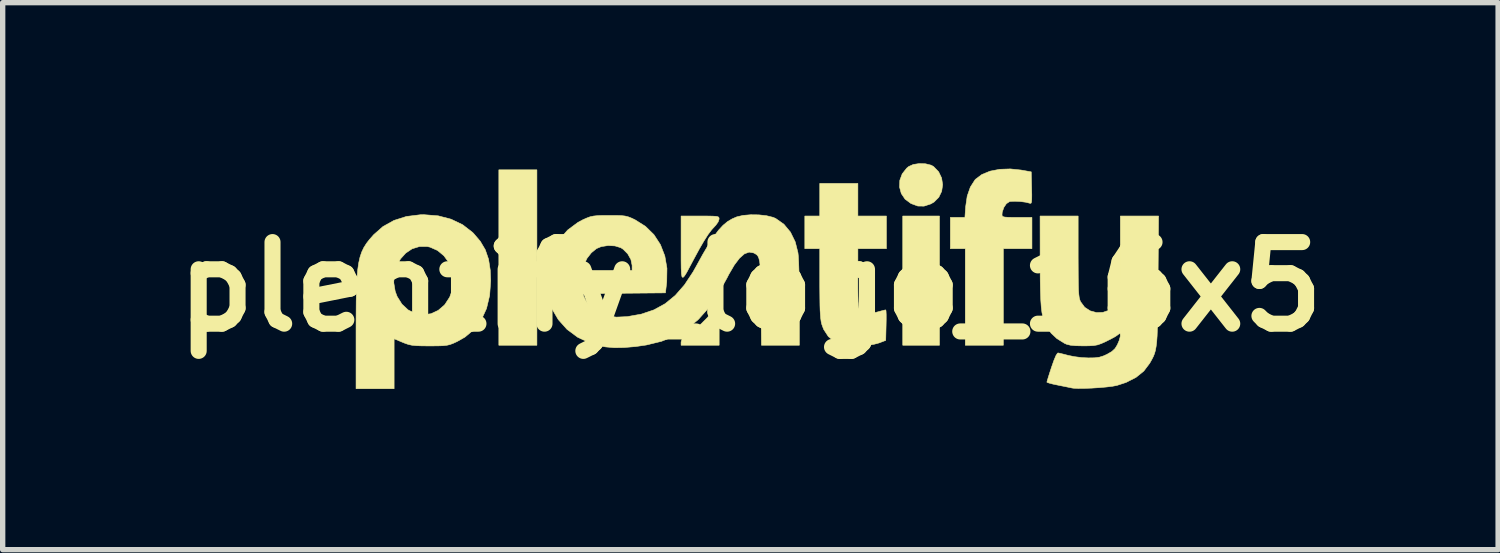
<source format=kicad_pcb>
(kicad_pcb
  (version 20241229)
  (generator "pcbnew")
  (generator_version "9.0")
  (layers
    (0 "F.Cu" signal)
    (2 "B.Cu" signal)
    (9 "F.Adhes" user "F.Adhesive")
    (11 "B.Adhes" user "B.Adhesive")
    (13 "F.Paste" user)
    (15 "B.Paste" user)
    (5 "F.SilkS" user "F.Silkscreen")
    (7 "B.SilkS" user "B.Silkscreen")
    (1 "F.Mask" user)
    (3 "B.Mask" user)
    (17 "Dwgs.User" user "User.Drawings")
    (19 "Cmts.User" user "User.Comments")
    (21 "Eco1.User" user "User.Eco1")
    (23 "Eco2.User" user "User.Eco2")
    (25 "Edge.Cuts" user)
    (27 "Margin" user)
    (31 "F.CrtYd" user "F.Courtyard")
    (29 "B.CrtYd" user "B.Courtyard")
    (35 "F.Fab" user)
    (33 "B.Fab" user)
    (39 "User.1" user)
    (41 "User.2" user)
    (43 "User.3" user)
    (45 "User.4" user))
  (footprint "plentify_logo_16x5"
    (layer "F.Cu")
    (at 10.966 2.306)
    (property "Reference" "plentify_logo_16x5" (at 0 0 0) (layer "F.SilkS") (effects (font (size 1.524 1.524) (thickness 0.3))))
    (attr through_hole)
    (fp_poly (pts (xy -3.988 1.092) (xy -4.699 1.092) (xy -4.699 -2.184) (xy -3.988 -2.184) (xy -3.988 1.092)) (stroke (width 0.01) (type solid)) (fill yes) (layer "F.SilkS"))
    (fp_poly (pts (xy 3.531 1.092) (xy 2.845 1.092) (xy 2.845 -1.321) (xy 3.531 -1.321) (xy 3.531 1.092)) (stroke (width 0.01) (type solid)) (fill yes) (layer "F.SilkS"))
    (fp_poly (pts (xy -0.597 0.355) (xy -0.591 0.42) (xy -0.587 0.519) (xy -0.585 0.643) (xy -0.584 0.711) (xy -0.584 1.092) (xy -1.295 1.092) (xy -1.295 1.031) (xy -1.276 0.974) (xy -1.215 0.92) (xy -1.202 0.912) (xy -1.063 0.814) (xy -0.924 0.696) (xy -0.801 0.573) (xy -0.719 0.471) (xy -0.667 0.4) (xy -0.625 0.35) (xy -0.603 0.331) (xy -0.597 0.355)) (stroke (width 0.01) (type solid)) (fill yes) (layer "F.SilkS"))
    (fp_poly (pts (xy 3.271 -2.297) (xy 3.375 -2.271) (xy 3.421 -2.245) (xy 3.515 -2.148) (xy 3.571 -2.031) (xy 3.59 -1.906) (xy 3.572 -1.783) (xy 3.518 -1.671) (xy 3.429 -1.582) (xy 3.368 -1.547) (xy 3.242 -1.506) (xy 3.125 -1.508) (xy 3.001 -1.554) (xy 2.997 -1.556) (xy 2.889 -1.636) (xy 2.818 -1.741) (xy 2.785 -1.862) (xy 2.79 -1.988) (xy 2.835 -2.109) (xy 2.919 -2.215) (xy 2.955 -2.245) (xy 3.041 -2.284) (xy 3.153 -2.301) (xy 3.271 -2.297)) (stroke (width 0.01) (type solid)) (fill yes) (layer "F.SilkS"))
    (fp_poly (pts (xy -0.799 -1.321) (xy -0.702 -1.319) (xy -0.639 -1.315) (xy -0.604 -1.307) (xy -0.589 -1.294) (xy -0.585 -1.274) (xy -0.585 -1.264) (xy -0.603 -1.211) (xy -0.647 -1.149) (xy -0.665 -1.13) (xy -0.727 -1.062) (xy -0.794 -0.972) (xy -0.869 -0.854) (xy -0.957 -0.702) (xy -1.061 -0.51) (xy -1.062 -0.508) (xy -1.135 -0.371) (xy -1.19 -0.268) (xy -1.231 -0.202) (xy -1.26 -0.174) (xy -1.278 -0.186) (xy -1.288 -0.242) (xy -1.293 -0.341) (xy -1.295 -0.487) (xy -1.295 -0.681) (xy -1.295 -0.718) (xy -1.295 -1.321) (xy -0.94 -1.321) (xy -0.799 -1.321)) (stroke (width 0.01) (type solid)) (fill yes) (layer "F.SilkS"))
    (fp_poly (pts (xy 5.055 -2.18) (xy 5.245 -2.146) (xy 5.252 -1.845) (xy 5.255 -1.717) (xy 5.254 -1.633) (xy 5.25 -1.583) (xy 5.241 -1.561) (xy 5.226 -1.558) (xy 5.214 -1.561) (xy 5.142 -1.579) (xy 5.044 -1.592) (xy 4.942 -1.597) (xy 4.859 -1.594) (xy 4.839 -1.59) (xy 4.781 -1.552) (xy 4.733 -1.481) (xy 4.703 -1.394) (xy 4.699 -1.347) (xy 4.702 -1.324) (xy 4.717 -1.31) (xy 4.753 -1.301) (xy 4.818 -1.297) (xy 4.922 -1.295) (xy 4.978 -1.295) (xy 5.258 -1.295) (xy 5.258 -0.711) (xy 4.724 -0.711) (xy 4.724 1.092) (xy 4.013 1.092) (xy 4.013 -0.711) (xy 3.734 -0.711) (xy 3.734 -1.295) (xy 3.87 -1.295) (xy 4.006 -1.295) (xy 4.02 -1.495) (xy 4.049 -1.693) (xy 4.108 -1.862) (xy 4.193 -1.995) (xy 4.208 -2.011) (xy 4.323 -2.097) (xy 4.475 -2.159) (xy 4.655 -2.194) (xy 4.854 -2.201) (xy 5.055 -2.18)) (stroke (width 0.01) (type solid)) (fill yes) (layer "F.SilkS"))
    (fp_poly (pts (xy 2.007 -1.321) (xy 2.54 -1.321) (xy 2.54 -0.711) (xy 2.007 -0.711) (xy 2.007 -0.154) (xy 2.007 0.033) (xy 2.009 0.175) (xy 2.012 0.279) (xy 2.018 0.352) (xy 2.026 0.4) (xy 2.037 0.43) (xy 2.046 0.443) (xy 2.119 0.488) (xy 2.217 0.5) (xy 2.346 0.478) (xy 2.364 0.473) (xy 2.445 0.451) (xy 2.505 0.436) (xy 2.528 0.432) (xy 2.533 0.455) (xy 2.536 0.52) (xy 2.536 0.615) (xy 2.534 0.717) (xy 2.527 1.002) (xy 2.4 1.05) (xy 2.306 1.075) (xy 2.18 1.095) (xy 2.042 1.107) (xy 1.907 1.111) (xy 1.794 1.105) (xy 1.74 1.095) (xy 1.58 1.031) (xy 1.456 0.931) (xy 1.367 0.794) (xy 1.334 0.705) (xy 1.321 0.65) (xy 1.311 0.579) (xy 1.304 0.484) (xy 1.299 0.359) (xy 1.297 0.199) (xy 1.295 -0.005) (xy 1.295 -0.068) (xy 1.295 -0.711) (xy 1.016 -0.711) (xy 1.016 -1.321) (xy 1.295 -1.321) (xy 1.295 -1.93) (xy 2.007 -1.93) (xy 2.007 -1.321)) (stroke (width 0.01) (type solid)) (fill yes) (layer "F.SilkS"))
    (fp_poly (pts (xy -5.832 -1.325) (xy -5.591 -1.262) (xy -5.377 -1.16) (xy -5.193 -1.018) (xy -5.174 -1) (xy -5.046 -0.85) (xy -4.952 -0.691) (xy -4.891 -0.514) (xy -4.859 -0.308) (xy -4.851 -0.114) (xy -4.871 0.162) (xy -4.929 0.406) (xy -5.026 0.617) (xy -5.16 0.796) (xy -5.333 0.941) (xy -5.48 1.024) (xy -5.552 1.057) (xy -5.611 1.079) (xy -5.67 1.093) (xy -5.742 1.101) (xy -5.839 1.104) (xy -5.973 1.105) (xy -5.994 1.105) (xy -6.138 1.104) (xy -6.243 1.1) (xy -6.322 1.092) (xy -6.387 1.078) (xy -6.451 1.056) (xy -6.496 1.038) (xy -6.655 0.971) (xy -6.655 1.905) (xy -7.366 1.905) (xy -7.366 0.85) (xy -7.365 0.536) (xy -7.363 0.269) (xy -7.358 0.042) (xy -7.352 -0.079) (xy -6.662 -0.079) (xy -6.635 0.084) (xy -6.599 0.181) (xy -6.509 0.325) (xy -6.394 0.432) (xy -6.261 0.499) (xy -6.116 0.524) (xy -5.968 0.504) (xy -5.831 0.441) (xy -5.71 0.336) (xy -5.617 0.194) (xy -5.558 0.028) (xy -5.543 -0.138) (xy -5.569 -0.3) (xy -5.631 -0.449) (xy -5.724 -0.578) (xy -5.844 -0.678) (xy -5.984 -0.74) (xy -6.034 -0.751) (xy -6.183 -0.751) (xy -6.319 -0.709) (xy -6.438 -0.629) (xy -6.536 -0.52) (xy -6.609 -0.388) (xy -6.652 -0.238) (xy -6.662 -0.079) (xy -7.352 -0.079) (xy -7.349 -0.149) (xy -7.336 -0.308) (xy -7.317 -0.442) (xy -7.292 -0.554) (xy -7.26 -0.649) (xy -7.22 -0.733) (xy -7.171 -0.811) (xy -7.112 -0.887) (xy -7.042 -0.966) (xy -7.039 -0.97) (xy -6.863 -1.125) (xy -6.658 -1.239) (xy -6.425 -1.313) (xy -6.165 -1.345) (xy -6.096 -1.346) (xy -5.832 -1.325)) (stroke (width 0.01) (type solid)) (fill yes) (layer "F.SilkS"))
    (fp_poly (pts (xy 6.121 -0.565) (xy 6.122 -0.345) (xy 6.123 -0.17) (xy 6.125 -0.034) (xy 6.128 0.069) (xy 6.134 0.145) (xy 6.141 0.201) (xy 6.151 0.241) (xy 6.163 0.273) (xy 6.166 0.279) (xy 6.243 0.383) (xy 6.346 0.45) (xy 6.463 0.482) (xy 6.584 0.478) (xy 6.698 0.438) (xy 6.796 0.362) (xy 6.852 0.28) (xy 6.868 0.246) (xy 6.881 0.211) (xy 6.891 0.17) (xy 6.898 0.117) (xy 6.903 0.044) (xy 6.906 -0.054) (xy 6.908 -0.184) (xy 6.909 -0.352) (xy 6.909 -0.563) (xy 6.909 -0.577) (xy 6.909 -1.321) (xy 7.623 -1.321) (xy 7.613 -0.121) (xy 7.611 0.17) (xy 7.609 0.414) (xy 7.605 0.617) (xy 7.601 0.785) (xy 7.596 0.92) (xy 7.588 1.03) (xy 7.577 1.118) (xy 7.564 1.19) (xy 7.547 1.249) (xy 7.526 1.302) (xy 7.5 1.353) (xy 7.47 1.407) (xy 7.457 1.429) (xy 7.347 1.575) (xy 7.201 1.693) (xy 7.016 1.787) (xy 6.845 1.843) (xy 6.765 1.858) (xy 6.652 1.872) (xy 6.518 1.884) (xy 6.376 1.893) (xy 6.24 1.898) (xy 6.121 1.899) (xy 6.034 1.895) (xy 6.007 1.891) (xy 5.959 1.881) (xy 5.877 1.864) (xy 5.776 1.844) (xy 5.747 1.838) (xy 5.651 1.818) (xy 5.579 1.799) (xy 5.541 1.785) (xy 5.537 1.781) (xy 5.545 1.752) (xy 5.565 1.685) (xy 5.595 1.591) (xy 5.625 1.499) (xy 5.669 1.374) (xy 5.706 1.286) (xy 5.735 1.241) (xy 5.746 1.236) (xy 5.786 1.244) (xy 5.859 1.262) (xy 5.944 1.284) (xy 6.055 1.306) (xy 6.188 1.323) (xy 6.314 1.329) (xy 6.43 1.327) (xy 6.516 1.316) (xy 6.593 1.292) (xy 6.658 1.263) (xy 6.75 1.21) (xy 6.811 1.153) (xy 6.853 1.084) (xy 6.887 1.005) (xy 6.906 0.936) (xy 6.909 0.914) (xy 6.905 0.874) (xy 6.886 0.878) (xy 6.864 0.896) (xy 6.82 0.927) (xy 6.744 0.969) (xy 6.653 1.015) (xy 6.642 1.021) (xy 6.555 1.06) (xy 6.484 1.085) (xy 6.413 1.098) (xy 6.323 1.103) (xy 6.21 1.104) (xy 6.076 1.101) (xy 5.979 1.092) (xy 5.909 1.075) (xy 5.867 1.057) (xy 5.723 0.967) (xy 5.617 0.867) (xy 5.549 0.77) (xy 5.514 0.706) (xy 5.485 0.641) (xy 5.463 0.568) (xy 5.445 0.482) (xy 5.432 0.377) (xy 5.423 0.247) (xy 5.417 0.087) (xy 5.413 -0.11) (xy 5.411 -0.348) (xy 5.411 -0.489) (xy 5.41 -1.321) (xy 6.121 -1.321) (xy 6.121 -0.565)) (stroke (width 0.01) (type solid)) (fill yes) (layer "F.SilkS"))
    (fp_poly (pts (xy 0.157 -1.343) (xy 0.301 -1.327) (xy 0.422 -1.297) (xy 0.47 -1.277) (xy 0.625 -1.168) (xy 0.748 -1.02) (xy 0.837 -0.838) (xy 0.888 -0.635) (xy 0.895 -0.568) (xy 0.901 -0.457) (xy 0.906 -0.312) (xy 0.91 -0.141) (xy 0.913 0.05) (xy 0.914 0.252) (xy 0.914 0.311) (xy 0.914 1.092) (xy 0.206 1.092) (xy 0.198 0.298) (xy 0.196 0.065) (xy 0.193 -0.123) (xy 0.188 -0.271) (xy 0.182 -0.384) (xy 0.173 -0.468) (xy 0.159 -0.528) (xy 0.142 -0.569) (xy 0.119 -0.597) (xy 0.089 -0.617) (xy 0.058 -0.633) (xy -0.025 -0.647) (xy -0.112 -0.615) (xy -0.204 -0.534) (xy -0.301 -0.406) (xy -0.405 -0.228) (xy -0.437 -0.165) (xy -0.606 0.14) (xy -0.783 0.398) (xy -0.973 0.611) (xy -1.18 0.784) (xy -1.409 0.919) (xy -1.662 1.019) (xy -1.946 1.088) (xy -2.146 1.117) (xy -2.361 1.135) (xy -2.541 1.138) (xy -2.701 1.124) (xy -2.743 1.117) (xy -2.999 1.05) (xy -3.228 0.942) (xy -3.425 0.796) (xy -3.588 0.614) (xy -3.715 0.398) (xy -3.744 0.33) (xy -3.777 0.209) (xy -3.798 0.057) (xy -3.806 -0.11) (xy -3.799 -0.273) (xy -3.795 -0.305) (xy -3.131 -0.305) (xy -2.21 -0.305) (xy -2.21 -0.401) (xy -2.232 -0.508) (xy -2.291 -0.614) (xy -2.376 -0.7) (xy -2.42 -0.729) (xy -2.53 -0.763) (xy -2.659 -0.77) (xy -2.786 -0.75) (xy -2.874 -0.714) (xy -2.971 -0.635) (xy -3.053 -0.53) (xy -3.106 -0.417) (xy -3.114 -0.387) (xy -3.131 -0.305) (xy -3.795 -0.305) (xy -3.778 -0.416) (xy -3.774 -0.432) (xy -3.69 -0.672) (xy -3.569 -0.883) (xy -3.413 -1.06) (xy -3.225 -1.2) (xy -3.129 -1.252) (xy -3.054 -1.285) (xy -2.992 -1.308) (xy -2.928 -1.321) (xy -2.849 -1.329) (xy -2.742 -1.332) (xy -2.642 -1.332) (xy -2.508 -1.332) (xy -2.412 -1.329) (xy -2.341 -1.321) (xy -2.281 -1.306) (xy -2.22 -1.282) (xy -2.155 -1.251) (xy -1.961 -1.129) (xy -1.802 -0.973) (xy -1.681 -0.787) (xy -1.599 -0.576) (xy -1.559 -0.345) (xy -1.563 -0.098) (xy -1.564 -0.083) (xy -1.587 0.114) (xy -2.356 0.121) (xy -2.548 0.123) (xy -2.722 0.125) (xy -2.872 0.128) (xy -2.993 0.131) (xy -3.078 0.133) (xy -3.12 0.136) (xy -3.124 0.137) (xy -3.11 0.185) (xy -3.076 0.254) (xy -3.033 0.322) (xy -2.993 0.37) (xy -2.847 0.476) (xy -2.687 0.54) (xy -2.505 0.567) (xy -2.302 0.558) (xy -2.037 0.511) (xy -1.801 0.431) (xy -1.592 0.316) (xy -1.403 0.161) (xy -1.231 -0.036) (xy -1.071 -0.278) (xy -1.018 -0.372) (xy -0.892 -0.601) (xy -0.782 -0.788) (xy -0.684 -0.938) (xy -0.596 -1.056) (xy -0.512 -1.147) (xy -0.428 -1.217) (xy -0.342 -1.268) (xy -0.254 -1.306) (xy -0.138 -1.333) (xy 0.005 -1.345) (xy 0.157 -1.343)) (stroke (width 0.01) (type solid)) (fill yes) (layer "F.SilkS")))
  (gr_rect
    (start -3 -3)
    (end 24.931 7.216)
    (stroke (width 0.1) (type default))
    (fill no)
    (layer "Edge.Cuts")))
</source>
